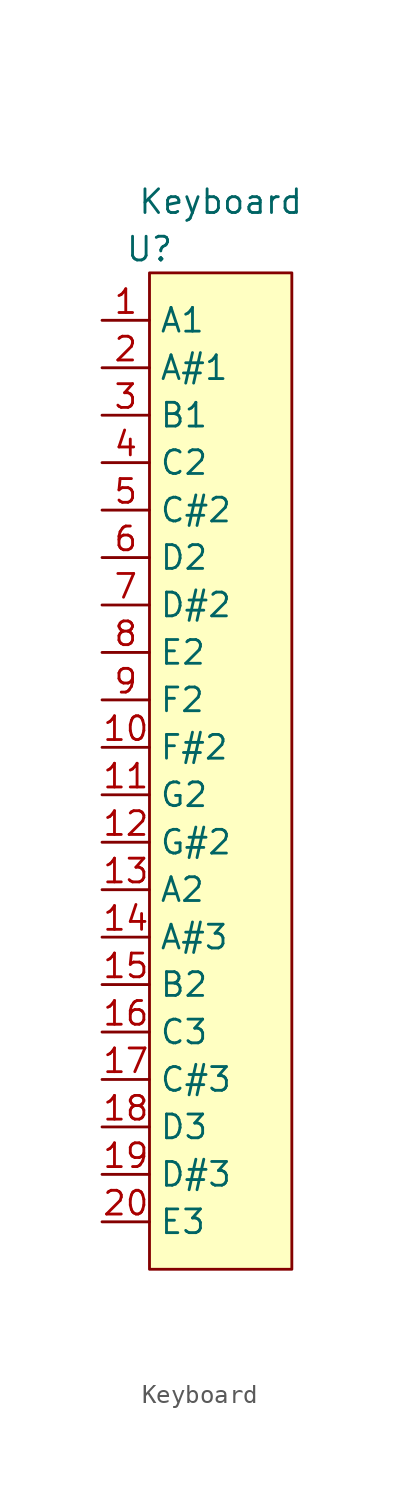
<source format=kicad_sym>
(kicad_symbol_lib
  (version 20211014)
  (generator kicad_symbol_editor)
  (symbol "Keyboard"
    (property "Reference" "U"
      (at -3.81 26.67 0)
      (effects (font (size 1.27 1.27))))
    (property "Value" "Keyboard"
      (at 0 29.21 0)
      (effects (font (size 1.27 1.27))))
    (symbol "Keyboard_0_1"
      (rectangle (start -3.81 25.4) (end 3.81 -27.94) (stroke (width 0) (type default) (color 0 0 0 0)) (fill (type background))))
    (symbol "Keyboard_1_1"
      (pin passive line (at -6.35 22.86 0) (length 2.54) (name "A1" (effects (font (size 1.27 1.27)))) (number "1" (effects (font (size 1.27 1.27)))))
      (pin passive line (at -6.35 0 0) (length 2.54) (name "F#2" (effects (font (size 1.27 1.27)))) (number "10" (effects (font (size 1.27 1.27)))))
      (pin passive line (at -6.35 -2.54 0) (length 2.54) (name "G2" (effects (font (size 1.27 1.27)))) (number "11" (effects (font (size 1.27 1.27)))))
      (pin passive line (at -6.35 -5.08 0) (length 2.54) (name "G#2" (effects (font (size 1.27 1.27)))) (number "12" (effects (font (size 1.27 1.27)))))
      (pin passive line (at -6.35 -7.62 0) (length 2.54) (name "A2" (effects (font (size 1.27 1.27)))) (number "13" (effects (font (size 1.27 1.27)))))
      (pin passive line (at -6.35 -10.16 0) (length 2.54) (name "A#3" (effects (font (size 1.27 1.27)))) (number "14" (effects (font (size 1.27 1.27)))))
      (pin passive line (at -6.35 -12.7 0) (length 2.54) (name "B2" (effects (font (size 1.27 1.27)))) (number "15" (effects (font (size 1.27 1.27)))))
      (pin passive line (at -6.35 -15.24 0) (length 2.54) (name "C3" (effects (font (size 1.27 1.27)))) (number "16" (effects (font (size 1.27 1.27)))))
      (pin passive line (at -6.35 -17.78 0) (length 2.54) (name "C#3" (effects (font (size 1.27 1.27)))) (number "17" (effects (font (size 1.27 1.27)))))
      (pin passive line (at -6.35 -20.32 0) (length 2.54) (name "D3" (effects (font (size 1.27 1.27)))) (number "18" (effects (font (size 1.27 1.27)))))
      (pin passive line (at -6.35 -22.86 0) (length 2.54) (name "D#3" (effects (font (size 1.27 1.27)))) (number "19" (effects (font (size 1.27 1.27)))))
      (pin passive line (at -6.35 20.32 0) (length 2.54) (name "A#1" (effects (font (size 1.27 1.27)))) (number "2" (effects (font (size 1.27 1.27)))))
      (pin passive line (at -6.35 -25.4 0) (length 2.54) (name "E3" (effects (font (size 1.27 1.27)))) (number "20" (effects (font (size 1.27 1.27)))))
      (pin passive line (at -6.35 17.78 0) (length 2.54) (name "B1" (effects (font (size 1.27 1.27)))) (number "3" (effects (font (size 1.27 1.27)))))
      (pin passive line (at -6.35 15.24 0) (length 2.54) (name "C2" (effects (font (size 1.27 1.27)))) (number "4" (effects (font (size 1.27 1.27)))))
      (pin passive line (at -6.35 12.7 0) (length 2.54) (name "C#2" (effects (font (size 1.27 1.27)))) (number "5" (effects (font (size 1.27 1.27)))))
      (pin passive line (at -6.35 10.16 0) (length 2.54) (name "D2" (effects (font (size 1.27 1.27)))) (number "6" (effects (font (size 1.27 1.27)))))
      (pin passive line (at -6.35 7.62 0) (length 2.54) (name "D#2" (effects (font (size 1.27 1.27)))) (number "7" (effects (font (size 1.27 1.27)))))
      (pin passive line (at -6.35 5.08 0) (length 2.54) (name "E2" (effects (font (size 1.27 1.27)))) (number "8" (effects (font (size 1.27 1.27)))))
      (pin passive line (at -6.35 2.54 0) (length 2.54) (name "F2" (effects (font (size 1.27 1.27)))) (number "9" (effects (font (size 1.27 1.27))))))))
</source>
